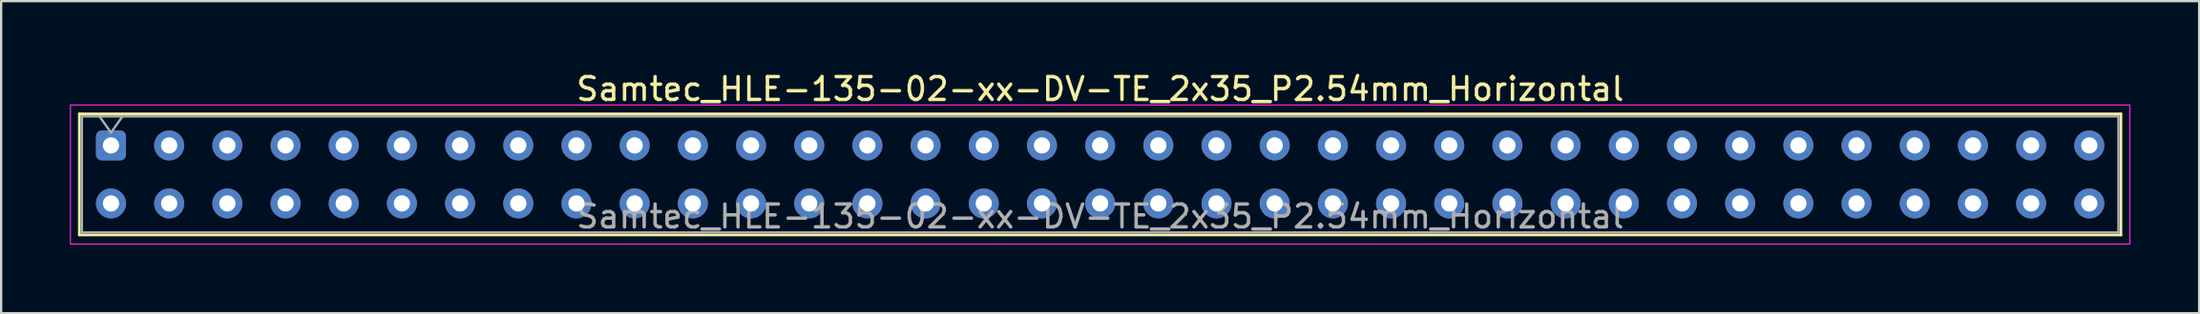
<source format=kicad_pcb>
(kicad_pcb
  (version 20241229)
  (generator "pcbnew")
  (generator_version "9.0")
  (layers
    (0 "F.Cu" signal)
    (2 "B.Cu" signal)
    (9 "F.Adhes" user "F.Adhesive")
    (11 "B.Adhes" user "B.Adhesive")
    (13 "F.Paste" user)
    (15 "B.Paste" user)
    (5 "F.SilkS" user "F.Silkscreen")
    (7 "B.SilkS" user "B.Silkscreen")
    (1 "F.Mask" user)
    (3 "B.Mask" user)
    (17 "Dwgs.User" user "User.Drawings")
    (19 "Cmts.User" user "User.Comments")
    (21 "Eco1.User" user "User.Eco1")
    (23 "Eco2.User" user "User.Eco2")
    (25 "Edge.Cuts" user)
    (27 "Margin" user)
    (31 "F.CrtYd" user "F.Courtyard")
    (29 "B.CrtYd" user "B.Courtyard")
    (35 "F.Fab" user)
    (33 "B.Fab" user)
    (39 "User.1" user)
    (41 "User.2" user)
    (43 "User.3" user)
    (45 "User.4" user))
  (footprint "Samtec_HLE-135-02-xx-DV-TE_2x35_P2.54mm_Horizontal"
    (layer "F.Cu")
    (at 1.795 3.318)
    (property "Reference" "Samtec_HLE-135-02-xx-DV-TE_2x35_P2.54mm_Horizontal" (at 43.18 -2.47 0) (layer "F.SilkS") (effects (font (size 1 1) (thickness 0.15))))
    (attr through_hole)
    (fp_line (start -1.38 -1.38) (end 87.74 -1.38) (stroke (width 0.12) (type solid)) (layer "F.SilkS"))
    (fp_line (start -1.38 3.92) (end -1.38 -1.38) (stroke (width 0.12) (type solid)) (layer "F.SilkS"))
    (fp_line (start 87.74 -1.38) (end 87.74 3.92) (stroke (width 0.12) (type solid)) (layer "F.SilkS"))
    (fp_line (start 87.74 3.92) (end -1.38 3.92) (stroke (width 0.12) (type solid)) (layer "F.SilkS"))
    (fp_line (start -1.77 -1.77) (end 88.13 -1.77) (stroke (width 0.05) (type solid)) (layer "F.CrtYd"))
    (fp_line (start -1.77 4.32) (end -1.77 -1.77) (stroke (width 0.05) (type solid)) (layer "F.CrtYd"))
    (fp_line (start 88.13 -1.77) (end 88.13 4.32) (stroke (width 0.05) (type solid)) (layer "F.CrtYd"))
    (fp_line (start 88.13 4.32) (end -1.77 4.32) (stroke (width 0.05) (type solid)) (layer "F.CrtYd"))
    (fp_line (start -1.27 -1.27) (end 87.63 -1.27) (stroke (width 0.1) (type solid)) (layer "F.Fab"))
    (fp_line (start -1.27 3.81) (end -1.27 -1.27) (stroke (width 0.1) (type solid)) (layer "F.Fab"))
    (fp_line (start -0.5 -1.27) (end 0 -0.563) (stroke (width 0.1) (type solid)) (layer "F.Fab"))
    (fp_line (start 0 -0.563) (end 0.5 -1.27) (stroke (width 0.1) (type solid)) (layer "F.Fab"))
    (fp_line (start 87.63 -1.27) (end 87.63 3.81) (stroke (width 0.1) (type solid)) (layer "F.Fab"))
    (fp_line (start 87.63 3.81) (end -1.27 3.81) (stroke (width 0.1) (type solid)) (layer "F.Fab"))
    (fp_text user "${REFERENCE}" (at 43.18 3.11 0) (layer "F.Fab") (effects (font (size 1 1) (thickness 0.15))))
    (pad "1" thru_hole roundrect (at 0 0) (size 1.31 1.31) (drill 0.71) (layers "*.Cu" "*.Mask") (roundrect_rratio 0.191))
    (pad "2" thru_hole circle (at 0 2.54) (size 1.31 1.31) (drill 0.71) (layers "*.Cu" "*.Mask"))
    (pad "3" thru_hole circle (at 2.54 0) (size 1.31 1.31) (drill 0.71) (layers "*.Cu" "*.Mask"))
    (pad "4" thru_hole circle (at 2.54 2.54) (size 1.31 1.31) (drill 0.71) (layers "*.Cu" "*.Mask"))
    (pad "5" thru_hole circle (at 5.08 0) (size 1.31 1.31) (drill 0.71) (layers "*.Cu" "*.Mask"))
    (pad "6" thru_hole circle (at 5.08 2.54) (size 1.31 1.31) (drill 0.71) (layers "*.Cu" "*.Mask"))
    (pad "7" thru_hole circle (at 7.62 0) (size 1.31 1.31) (drill 0.71) (layers "*.Cu" "*.Mask"))
    (pad "8" thru_hole circle (at 7.62 2.54) (size 1.31 1.31) (drill 0.71) (layers "*.Cu" "*.Mask"))
    (pad "9" thru_hole circle (at 10.16 0) (size 1.31 1.31) (drill 0.71) (layers "*.Cu" "*.Mask"))
    (pad "10" thru_hole circle (at 10.16 2.54) (size 1.31 1.31) (drill 0.71) (layers "*.Cu" "*.Mask"))
    (pad "11" thru_hole circle (at 12.7 0) (size 1.31 1.31) (drill 0.71) (layers "*.Cu" "*.Mask"))
    (pad "12" thru_hole circle (at 12.7 2.54) (size 1.31 1.31) (drill 0.71) (layers "*.Cu" "*.Mask"))
    (pad "13" thru_hole circle (at 15.24 0) (size 1.31 1.31) (drill 0.71) (layers "*.Cu" "*.Mask"))
    (pad "14" thru_hole circle (at 15.24 2.54) (size 1.31 1.31) (drill 0.71) (layers "*.Cu" "*.Mask"))
    (pad "15" thru_hole circle (at 17.78 0) (size 1.31 1.31) (drill 0.71) (layers "*.Cu" "*.Mask"))
    (pad "16" thru_hole circle (at 17.78 2.54) (size 1.31 1.31) (drill 0.71) (layers "*.Cu" "*.Mask"))
    (pad "17" thru_hole circle (at 20.32 0) (size 1.31 1.31) (drill 0.71) (layers "*.Cu" "*.Mask"))
    (pad "18" thru_hole circle (at 20.32 2.54) (size 1.31 1.31) (drill 0.71) (layers "*.Cu" "*.Mask"))
    (pad "19" thru_hole circle (at 22.86 0) (size 1.31 1.31) (drill 0.71) (layers "*.Cu" "*.Mask"))
    (pad "20" thru_hole circle (at 22.86 2.54) (size 1.31 1.31) (drill 0.71) (layers "*.Cu" "*.Mask"))
    (pad "21" thru_hole circle (at 25.4 0) (size 1.31 1.31) (drill 0.71) (layers "*.Cu" "*.Mask"))
    (pad "22" thru_hole circle (at 25.4 2.54) (size 1.31 1.31) (drill 0.71) (layers "*.Cu" "*.Mask"))
    (pad "23" thru_hole circle (at 27.94 0) (size 1.31 1.31) (drill 0.71) (layers "*.Cu" "*.Mask"))
    (pad "24" thru_hole circle (at 27.94 2.54) (size 1.31 1.31) (drill 0.71) (layers "*.Cu" "*.Mask"))
    (pad "25" thru_hole circle (at 30.48 0) (size 1.31 1.31) (drill 0.71) (layers "*.Cu" "*.Mask"))
    (pad "26" thru_hole circle (at 30.48 2.54) (size 1.31 1.31) (drill 0.71) (layers "*.Cu" "*.Mask"))
    (pad "27" thru_hole circle (at 33.02 0) (size 1.31 1.31) (drill 0.71) (layers "*.Cu" "*.Mask"))
    (pad "28" thru_hole circle (at 33.02 2.54) (size 1.31 1.31) (drill 0.71) (layers "*.Cu" "*.Mask"))
    (pad "29" thru_hole circle (at 35.56 0) (size 1.31 1.31) (drill 0.71) (layers "*.Cu" "*.Mask"))
    (pad "30" thru_hole circle (at 35.56 2.54) (size 1.31 1.31) (drill 0.71) (layers "*.Cu" "*.Mask"))
    (pad "31" thru_hole circle (at 38.1 0) (size 1.31 1.31) (drill 0.71) (layers "*.Cu" "*.Mask"))
    (pad "32" thru_hole circle (at 38.1 2.54) (size 1.31 1.31) (drill 0.71) (layers "*.Cu" "*.Mask"))
    (pad "33" thru_hole circle (at 40.64 0) (size 1.31 1.31) (drill 0.71) (layers "*.Cu" "*.Mask"))
    (pad "34" thru_hole circle (at 40.64 2.54) (size 1.31 1.31) (drill 0.71) (layers "*.Cu" "*.Mask"))
    (pad "35" thru_hole circle (at 43.18 0) (size 1.31 1.31) (drill 0.71) (layers "*.Cu" "*.Mask"))
    (pad "36" thru_hole circle (at 43.18 2.54) (size 1.31 1.31) (drill 0.71) (layers "*.Cu" "*.Mask"))
    (pad "37" thru_hole circle (at 45.72 0) (size 1.31 1.31) (drill 0.71) (layers "*.Cu" "*.Mask"))
    (pad "38" thru_hole circle (at 45.72 2.54) (size 1.31 1.31) (drill 0.71) (layers "*.Cu" "*.Mask"))
    (pad "39" thru_hole circle (at 48.26 0) (size 1.31 1.31) (drill 0.71) (layers "*.Cu" "*.Mask"))
    (pad "40" thru_hole circle (at 48.26 2.54) (size 1.31 1.31) (drill 0.71) (layers "*.Cu" "*.Mask"))
    (pad "41" thru_hole circle (at 50.8 0) (size 1.31 1.31) (drill 0.71) (layers "*.Cu" "*.Mask"))
    (pad "42" thru_hole circle (at 50.8 2.54) (size 1.31 1.31) (drill 0.71) (layers "*.Cu" "*.Mask"))
    (pad "43" thru_hole circle (at 53.34 0) (size 1.31 1.31) (drill 0.71) (layers "*.Cu" "*.Mask"))
    (pad "44" thru_hole circle (at 53.34 2.54) (size 1.31 1.31) (drill 0.71) (layers "*.Cu" "*.Mask"))
    (pad "45" thru_hole circle (at 55.88 0) (size 1.31 1.31) (drill 0.71) (layers "*.Cu" "*.Mask"))
    (pad "46" thru_hole circle (at 55.88 2.54) (size 1.31 1.31) (drill 0.71) (layers "*.Cu" "*.Mask"))
    (pad "47" thru_hole circle (at 58.42 0) (size 1.31 1.31) (drill 0.71) (layers "*.Cu" "*.Mask"))
    (pad "48" thru_hole circle (at 58.42 2.54) (size 1.31 1.31) (drill 0.71) (layers "*.Cu" "*.Mask"))
    (pad "49" thru_hole circle (at 60.96 0) (size 1.31 1.31) (drill 0.71) (layers "*.Cu" "*.Mask"))
    (pad "50" thru_hole circle (at 60.96 2.54) (size 1.31 1.31) (drill 0.71) (layers "*.Cu" "*.Mask"))
    (pad "51" thru_hole circle (at 63.5 0) (size 1.31 1.31) (drill 0.71) (layers "*.Cu" "*.Mask"))
    (pad "52" thru_hole circle (at 63.5 2.54) (size 1.31 1.31) (drill 0.71) (layers "*.Cu" "*.Mask"))
    (pad "53" thru_hole circle (at 66.04 0) (size 1.31 1.31) (drill 0.71) (layers "*.Cu" "*.Mask"))
    (pad "54" thru_hole circle (at 66.04 2.54) (size 1.31 1.31) (drill 0.71) (layers "*.Cu" "*.Mask"))
    (pad "55" thru_hole circle (at 68.58 0) (size 1.31 1.31) (drill 0.71) (layers "*.Cu" "*.Mask"))
    (pad "56" thru_hole circle (at 68.58 2.54) (size 1.31 1.31) (drill 0.71) (layers "*.Cu" "*.Mask"))
    (pad "57" thru_hole circle (at 71.12 0) (size 1.31 1.31) (drill 0.71) (layers "*.Cu" "*.Mask"))
    (pad "58" thru_hole circle (at 71.12 2.54) (size 1.31 1.31) (drill 0.71) (layers "*.Cu" "*.Mask"))
    (pad "59" thru_hole circle (at 73.66 0) (size 1.31 1.31) (drill 0.71) (layers "*.Cu" "*.Mask"))
    (pad "60" thru_hole circle (at 73.66 2.54) (size 1.31 1.31) (drill 0.71) (layers "*.Cu" "*.Mask"))
    (pad "61" thru_hole circle (at 76.2 0) (size 1.31 1.31) (drill 0.71) (layers "*.Cu" "*.Mask"))
    (pad "62" thru_hole circle (at 76.2 2.54) (size 1.31 1.31) (drill 0.71) (layers "*.Cu" "*.Mask"))
    (pad "63" thru_hole circle (at 78.74 0) (size 1.31 1.31) (drill 0.71) (layers "*.Cu" "*.Mask"))
    (pad "64" thru_hole circle (at 78.74 2.54) (size 1.31 1.31) (drill 0.71) (layers "*.Cu" "*.Mask"))
    (pad "65" thru_hole circle (at 81.28 0) (size 1.31 1.31) (drill 0.71) (layers "*.Cu" "*.Mask"))
    (pad "66" thru_hole circle (at 81.28 2.54) (size 1.31 1.31) (drill 0.71) (layers "*.Cu" "*.Mask"))
    (pad "67" thru_hole circle (at 83.82 0) (size 1.31 1.31) (drill 0.71) (layers "*.Cu" "*.Mask"))
    (pad "68" thru_hole circle (at 83.82 2.54) (size 1.31 1.31) (drill 0.71) (layers "*.Cu" "*.Mask"))
    (pad "69" thru_hole circle (at 86.36 0) (size 1.31 1.31) (drill 0.71) (layers "*.Cu" "*.Mask"))
    (pad "70" thru_hole circle (at 86.36 2.54) (size 1.31 1.31) (drill 0.71) (layers "*.Cu" "*.Mask")))
  (gr_rect
    (start -3 -3)
    (end 92.95 10.663)
    (stroke (width 0.1) (type default))
    (fill no)
    (layer "Edge.Cuts")))
</source>
